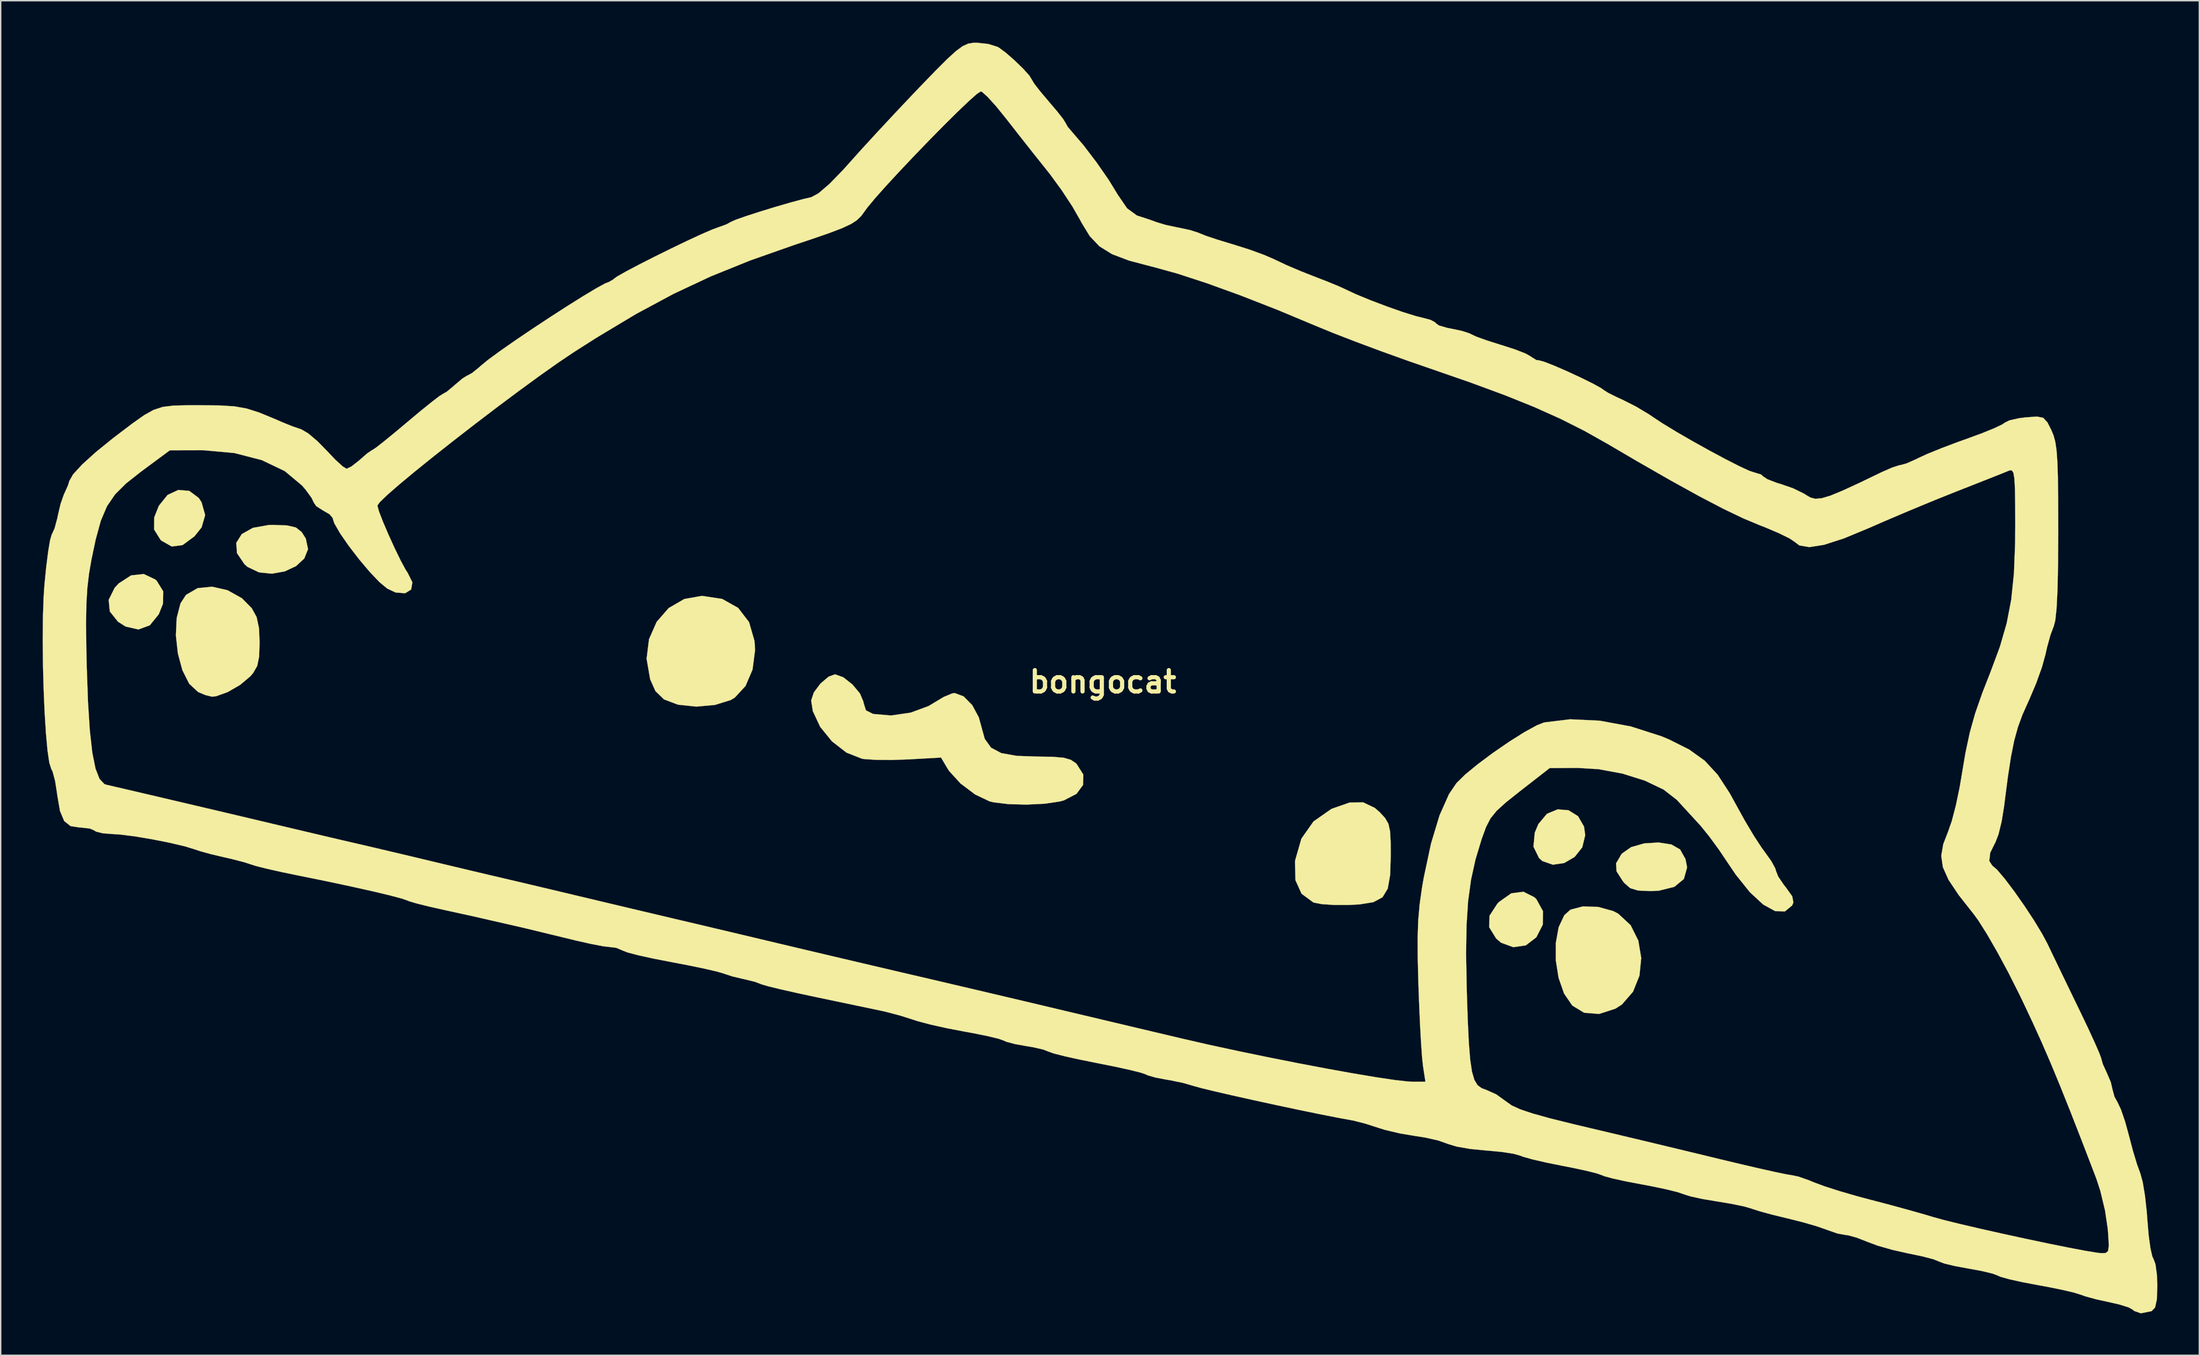
<source format=kicad_pcb>
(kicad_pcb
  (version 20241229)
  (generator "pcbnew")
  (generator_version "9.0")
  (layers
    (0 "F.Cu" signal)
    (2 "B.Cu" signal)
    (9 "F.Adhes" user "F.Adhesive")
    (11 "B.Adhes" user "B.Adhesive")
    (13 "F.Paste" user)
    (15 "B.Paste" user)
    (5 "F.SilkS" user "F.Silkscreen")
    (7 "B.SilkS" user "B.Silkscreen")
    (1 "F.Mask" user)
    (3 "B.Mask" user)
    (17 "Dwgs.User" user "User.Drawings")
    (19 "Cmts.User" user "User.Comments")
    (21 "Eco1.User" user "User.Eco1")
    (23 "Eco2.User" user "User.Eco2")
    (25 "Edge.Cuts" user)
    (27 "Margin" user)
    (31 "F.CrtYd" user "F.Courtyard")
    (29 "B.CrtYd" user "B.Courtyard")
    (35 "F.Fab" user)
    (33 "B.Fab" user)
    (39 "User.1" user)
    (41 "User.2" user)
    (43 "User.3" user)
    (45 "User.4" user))
  (footprint "bongocat"
    (layer "F.Cu")
    (at 75.804 45.725)
    (property "Reference" "bongocat" (at 0 0 0) (layer "F.SilkS") (effects (font (size 1.524 1.524) (thickness 0.3))))
    (attr through_hole)
    (fp_poly (pts (xy -67.756 -7.322) (xy -67.644 -7.219) (xy -67.183 -6.472) (xy -67.199 -5.587) (xy -67.501 -4.832) (xy -68.141 -4.042) (xy -68.952 -3.744) (xy -69.87 -3.95) (xy -70.416 -4.297) (xy -71.003 -5.031) (xy -71.084 -5.862) (xy -70.659 -6.721) (xy -70.37 -7.035) (xy -69.478 -7.613) (xy -68.574 -7.711) (xy -67.756 -7.322)) (stroke (width 0.01) (type solid)) (fill yes) (layer "F.SilkS"))
    (fp_poly (pts (xy -65.321 -13.658) (xy -64.644 -13.153) (xy -64.442 -12.845) (xy -64.184 -11.925) (xy -64.44 -11.045) (xy -64.95 -10.407) (xy -65.797 -9.781) (xy -66.576 -9.679) (xy -67.314 -10.099) (xy -67.377 -10.16) (xy -67.834 -10.891) (xy -67.828 -11.757) (xy -67.498 -12.591) (xy -66.876 -13.366) (xy -66.107 -13.725) (xy -65.321 -13.658)) (stroke (width 0.01) (type solid)) (fill yes) (layer "F.SilkS"))
    (fp_poly (pts (xy 30.857 15.413) (xy 31.004 15.558) (xy 31.473 16.414) (xy 31.457 17.376) (xy 30.995 18.279) (xy 30.243 18.855) (xy 29.349 18.986) (xy 28.474 18.666) (xy 28.12 18.364) (xy 27.622 17.553) (xy 27.652 16.727) (xy 28.213 15.866) (xy 28.32 15.754) (xy 29.204 15.131) (xy 30.067 15.016) (xy 30.857 15.413)) (stroke (width 0.01) (type solid)) (fill yes) (layer "F.SilkS"))
    (fp_poly (pts (xy 33.305 9.193) (xy 33.978 9.615) (xy 34.406 10.36) (xy 34.491 10.974) (xy 34.279 11.844) (xy 33.734 12.53) (xy 32.987 12.966) (xy 32.174 13.085) (xy 31.425 12.822) (xy 31.19 12.612) (xy 30.791 11.798) (xy 30.882 10.796) (xy 31.139 10.179) (xy 31.753 9.443) (xy 32.519 9.125) (xy 33.305 9.193)) (stroke (width 0.01) (type solid)) (fill yes) (layer "F.SilkS"))
    (fp_poly (pts (xy -58.327 -11.187) (xy -57.693 -11.038) (xy -57.281 -10.711) (xy -56.988 -10.242) (xy -56.829 -9.491) (xy -57.097 -8.821) (xy -57.688 -8.275) (xy -58.495 -7.898) (xy -59.412 -7.734) (xy -60.335 -7.827) (xy -61.157 -8.221) (xy -61.373 -8.41) (xy -61.911 -9.203) (xy -61.96 -9.943) (xy -61.566 -10.568) (xy -60.773 -11.014) (xy -59.628 -11.219) (xy -59.339 -11.225) (xy -58.327 -11.187)) (stroke (width 0.01) (type solid)) (fill yes) (layer "F.SilkS"))
    (fp_poly (pts (xy 40.648 11.636) (xy 41.276 11.995) (xy 41.66 12.681) (xy 41.776 13.277) (xy 41.545 14.107) (xy 40.866 14.667) (xy 39.762 14.944) (xy 39.159 14.973) (xy 38.267 14.932) (xy 37.709 14.764) (xy 37.289 14.397) (xy 37.184 14.268) (xy 36.732 13.561) (xy 36.695 12.989) (xy 37.067 12.354) (xy 37.124 12.282) (xy 37.769 11.829) (xy 38.699 11.562) (xy 39.723 11.494) (xy 40.648 11.636)) (stroke (width 0.01) (type solid)) (fill yes) (layer "F.SilkS"))
    (fp_poly (pts (xy 35.425 16.106) (xy 36.487 16.4) (xy 36.846 16.584) (xy 37.738 17.412) (xy 38.287 18.513) (xy 38.496 19.758) (xy 38.369 21.02) (xy 37.909 22.171) (xy 37.12 23.082) (xy 36.655 23.382) (xy 35.486 23.761) (xy 34.417 23.678) (xy 33.565 23.162) (xy 32.979 22.304) (xy 32.586 21.183) (xy 32.389 19.93) (xy 32.39 18.676) (xy 32.592 17.554) (xy 32.997 16.694) (xy 33.432 16.304) (xy 34.326 16.067) (xy 35.425 16.106)) (stroke (width 0.01) (type solid)) (fill yes) (layer "F.SilkS"))
    (fp_poly (pts (xy -27.213 -5.927) (xy -26.077 -5.288) (xy -25.295 -4.27) (xy -24.904 -2.913) (xy -24.866 -2.268) (xy -25.046 -0.873) (xy -25.549 0.301) (xy -26.317 1.132) (xy -26.613 1.308) (xy -27.738 1.656) (xy -29.075 1.775) (xy -30.345 1.641) (xy -30.412 1.625) (xy -31.38 1.258) (xy -31.99 0.665) (xy -32.369 -0.186) (xy -32.622 -1.652) (xy -32.449 -3.048) (xy -31.905 -4.285) (xy -31.045 -5.274) (xy -29.925 -5.924) (xy -28.662 -6.148) (xy -27.213 -5.927)) (stroke (width 0.01) (type solid)) (fill yes) (layer "F.SilkS"))
    (fp_poly (pts (xy -62.584 -6.552) (xy -61.555 -5.976) (xy -60.85 -5.261) (xy -60.505 -4.632) (xy -60.333 -3.824) (xy -60.292 -2.809) (xy -60.326 -1.801) (xy -60.462 -1.137) (xy -60.754 -0.629) (xy -60.96 -0.388) (xy -61.688 0.224) (xy -62.575 0.736) (xy -63.403 1.033) (xy -63.692 1.066) (xy -64.175 0.948) (xy -64.696 0.727) (xy -65.327 0.138) (xy -65.813 -0.828) (xy -66.136 -2.027) (xy -66.278 -3.319) (xy -66.222 -4.559) (xy -65.95 -5.606) (xy -65.558 -6.216) (xy -64.724 -6.7) (xy -63.687 -6.803) (xy -62.584 -6.552)) (stroke (width 0.01) (type solid)) (fill yes) (layer "F.SilkS"))
    (fp_poly (pts (xy 19.449 9.023) (xy 19.806 9.337) (xy 20.189 9.754) (xy 20.42 10.161) (xy 20.539 10.704) (xy 20.582 11.529) (xy 20.587 12.382) (xy 20.545 13.81) (xy 20.372 14.793) (xy 19.996 15.415) (xy 19.346 15.764) (xy 18.351 15.925) (xy 17.608 15.965) (xy 16.554 15.967) (xy 15.645 15.905) (xy 15.071 15.793) (xy 15.055 15.786) (xy 14.211 15.165) (xy 13.772 14.196) (xy 13.739 12.88) (xy 13.753 12.764) (xy 14.197 11.221) (xy 15.062 9.99) (xy 16.32 9.11) (xy 16.412 9.067) (xy 17.635 8.641) (xy 18.611 8.623) (xy 19.449 9.023)) (stroke (width 0.01) (type solid)) (fill yes) (layer "F.SilkS"))
    (fp_poly (pts (xy -18.559 -0.325) (xy -17.907 0.189) (xy -17.367 0.833) (xy -17.114 1.434) (xy -17.112 1.489) (xy -16.938 2.042) (xy -16.429 2.3) (xy -15.151 2.41) (xy -13.744 2.207) (xy -12.471 1.739) (xy -12.089 1.51) (xy -11.374 1.081) (xy -10.769 0.83) (xy -10.601 0.802) (xy -9.954 1.043) (xy -9.338 1.669) (xy -8.869 2.539) (xy -8.697 3.164) (xy -8.444 4.081) (xy -7.993 4.712) (xy -7.261 5.102) (xy -6.164 5.298) (xy -4.777 5.347) (xy -3.587 5.365) (xy -2.803 5.433) (xy -2.297 5.576) (xy -1.939 5.817) (xy -1.872 5.882) (xy -1.394 6.638) (xy -1.411 7.377) (xy -1.886 8.019) (xy -2.782 8.482) (xy -3.082 8.564) (xy -4.155 8.722) (xy -5.447 8.785) (xy -6.737 8.752) (xy -7.806 8.624) (xy -8.105 8.551) (xy -9.136 8.059) (xy -10.175 7.275) (xy -10.988 6.384) (xy -11.119 6.181) (xy -11.57 5.419) (xy -13.91 5.552) (xy -15.111 5.593) (xy -16.228 5.584) (xy -17.064 5.527) (xy -17.221 5.503) (xy -18.331 5.066) (xy -19.367 4.262) (xy -20.208 3.228) (xy -20.736 2.102) (xy -20.855 1.333) (xy -20.66 0.753) (xy -20.188 0.125) (xy -19.611 -0.366) (xy -19.15 -0.535) (xy -18.559 -0.325)) (stroke (width 0.01) (type solid)) (fill yes) (layer "F.SilkS"))
    (fp_poly (pts (xy -8.2 -45.632) (xy -7.515 -45.418) (xy -7.456 -45.386) (xy -6.947 -45.013) (xy -6.322 -44.466) (xy -5.713 -43.876) (xy -5.255 -43.37) (xy -5.08 -43.082) (xy -4.916 -42.805) (xy -4.487 -42.251) (xy -3.885 -41.538) (xy -3.877 -41.528) (xy -3.274 -40.817) (xy -2.842 -40.268) (xy -2.674 -39.997) (xy -2.674 -39.995) (xy -2.51 -39.703) (xy -2.206 -39.344) (xy -1.378 -38.379) (xy -0.449 -37.159) (xy 0.425 -35.898) (xy 1.07 -34.843) (xy 1.733 -33.874) (xy 2.421 -33.368) (xy 2.56 -33.319) (xy 3.321 -33.072) (xy 3.877 -32.87) (xy 4.496 -32.685) (xy 5.318 -32.509) (xy 5.447 -32.486) (xy 6.237 -32.317) (xy 6.848 -32.12) (xy 6.918 -32.087) (xy 7.375 -31.905) (xy 8.186 -31.634) (xy 9.188 -31.328) (xy 9.358 -31.278) (xy 10.481 -30.923) (xy 11.538 -30.537) (xy 12.308 -30.202) (xy 12.338 -30.186) (xy 13.108 -29.821) (xy 14.142 -29.38) (xy 15.079 -29.01) (xy 16.035 -28.64) (xy 16.839 -28.31) (xy 17.312 -28.094) (xy 18.078 -27.734) (xy 19.142 -27.296) (xy 20.333 -26.844) (xy 21.479 -26.442) (xy 22.409 -26.154) (xy 22.793 -26.061) (xy 23.436 -25.892) (xy 23.778 -25.704) (xy 23.796 -25.661) (xy 24.033 -25.492) (xy 24.628 -25.318) (xy 24.932 -25.26) (xy 25.698 -25.097) (xy 26.242 -24.917) (xy 26.336 -24.863) (xy 26.709 -24.689) (xy 27.447 -24.425) (xy 28.399 -24.122) (xy 28.531 -24.083) (xy 29.482 -23.775) (xy 30.219 -23.487) (xy 30.601 -23.274) (xy 30.619 -23.253) (xy 30.998 -23.02) (xy 31.198 -22.994) (xy 31.596 -22.883) (xy 32.324 -22.595) (xy 33.237 -22.197) (xy 34.19 -21.754) (xy 35.038 -21.335) (xy 35.636 -21.005) (xy 35.827 -20.865) (xy 36.133 -20.672) (xy 36.756 -20.361) (xy 37.14 -20.186) (xy 38.109 -19.698) (xy 39.063 -19.126) (xy 39.279 -18.978) (xy 40.017 -18.489) (xy 41.011 -17.885) (xy 42.158 -17.221) (xy 43.356 -16.553) (xy 44.502 -15.939) (xy 45.493 -15.433) (xy 46.228 -15.092) (xy 46.597 -14.973) (xy 47.067 -14.83) (xy 47.186 -14.713) (xy 47.525 -14.488) (xy 48.184 -14.234) (xy 48.469 -14.15) (xy 49.354 -13.843) (xy 50.13 -13.464) (xy 50.263 -13.378) (xy 50.592 -13.183) (xy 50.944 -13.093) (xy 51.395 -13.131) (xy 52.022 -13.318) (xy 52.898 -13.679) (xy 54.102 -14.234) (xy 55.705 -15.007) (xy 56.415 -15.319) (xy 56.946 -15.494) (xy 57.046 -15.507) (xy 57.47 -15.625) (xy 58.125 -15.915) (xy 58.29 -15.999) (xy 58.952 -16.303) (xy 59.955 -16.71) (xy 61.132 -17.155) (xy 61.762 -17.38) (xy 62.851 -17.78) (xy 63.744 -18.143) (xy 64.322 -18.419) (xy 64.474 -18.529) (xy 64.82 -18.703) (xy 65.513 -18.857) (xy 65.984 -18.917) (xy 66.784 -18.975) (xy 67.239 -18.886) (xy 67.539 -18.559) (xy 67.817 -18.012) (xy 67.979 -17.623) (xy 68.101 -17.169) (xy 68.19 -16.572) (xy 68.25 -15.759) (xy 68.287 -14.652) (xy 68.306 -13.178) (xy 68.312 -11.26) (xy 68.313 -10.802) (xy 68.3 -8.447) (xy 68.261 -6.606) (xy 68.194 -5.256) (xy 68.099 -4.378) (xy 67.994 -3.984) (xy 67.755 -3.343) (xy 67.506 -2.442) (xy 67.402 -1.968) (xy 67.148 -1.047) (xy 66.73 0.116) (xy 66.233 1.29) (xy 66.163 1.439) (xy 65.753 2.357) (xy 65.429 3.244) (xy 65.163 4.211) (xy 64.931 5.369) (xy 64.707 6.829) (xy 64.466 8.7) (xy 64.443 8.896) (xy 64.269 9.975) (xy 64.043 10.907) (xy 63.809 11.513) (xy 63.778 11.562) (xy 63.45 12.228) (xy 63.382 12.817) (xy 63.592 13.146) (xy 63.941 13.445) (xy 64.491 14.095) (xy 65.165 14.988) (xy 65.887 16.016) (xy 66.581 17.071) (xy 67.172 18.047) (xy 67.533 18.726) (xy 67.983 19.665) (xy 68.586 20.917) (xy 69.259 22.311) (xy 69.872 23.576) (xy 70.44 24.765) (xy 70.911 25.787) (xy 71.241 26.542) (xy 71.385 26.933) (xy 71.387 26.954) (xy 71.502 27.353) (xy 71.778 27.96) (xy 71.787 27.976) (xy 72.07 28.64) (xy 72.188 29.151) (xy 72.334 29.686) (xy 72.555 30.086) (xy 72.8 30.606) (xy 73.093 31.464) (xy 73.371 32.476) (xy 73.373 32.485) (xy 73.653 33.552) (xy 73.946 34.522) (xy 74.178 35.159) (xy 74.351 35.783) (xy 74.515 36.77) (xy 74.644 37.947) (xy 74.682 38.473) (xy 74.777 39.598) (xy 74.905 40.529) (xy 75.045 41.13) (xy 75.116 41.267) (xy 75.265 41.668) (xy 75.367 42.426) (xy 75.398 43.205) (xy 75.362 44.193) (xy 75.236 44.76) (xy 74.996 45.014) (xy 74.975 45.023) (xy 74.217 45.177) (xy 73.721 45.001) (xy 73.671 44.936) (xy 73.343 44.753) (xy 72.654 44.539) (xy 71.984 44.387) (xy 71.046 44.181) (xy 70.257 43.966) (xy 69.917 43.845) (xy 69.427 43.693) (xy 68.557 43.49) (xy 67.456 43.268) (xy 66.842 43.157) (xy 65.717 42.943) (xy 64.785 42.734) (xy 64.175 42.562) (xy 64.024 42.492) (xy 63.635 42.342) (xy 62.878 42.158) (xy 61.916 41.98) (xy 61.896 41.977) (xy 60.931 41.799) (xy 60.169 41.616) (xy 59.77 41.466) (xy 59.767 41.463) (xy 59.379 41.309) (xy 58.624 41.11) (xy 57.662 40.908) (xy 57.618 40.9) (xy 56.486 40.648) (xy 55.398 40.337) (xy 54.677 40.068) (xy 53.899 39.763) (xy 53.253 39.59) (xy 53.113 39.576) (xy 52.528 39.469) (xy 51.798 39.216) (xy 51.776 39.207) (xy 51.095 38.966) (xy 50.099 38.676) (xy 48.996 38.397) (xy 48.928 38.382) (xy 47.886 38.128) (xy 46.993 37.886) (xy 46.427 37.705) (xy 46.388 37.689) (xy 45.865 37.536) (xy 44.994 37.355) (xy 43.96 37.181) (xy 43.905 37.173) (xy 42.882 37.001) (xy 42.027 36.815) (xy 41.516 36.654) (xy 41.499 36.646) (xy 41.045 36.494) (xy 40.206 36.29) (xy 39.125 36.065) (xy 38.501 35.949) (xy 37.378 35.734) (xy 36.449 35.53) (xy 35.843 35.365) (xy 35.694 35.302) (xy 35.328 35.171) (xy 34.566 34.98) (xy 33.537 34.759) (xy 32.886 34.633) (xy 31.732 34.4) (xy 30.738 34.171) (xy 30.051 33.979) (xy 29.861 33.904) (xy 29.365 33.764) (xy 28.51 33.632) (xy 27.471 33.534) (xy 27.357 33.527) (xy 26.267 33.419) (xy 25.302 33.251) (xy 24.66 33.058) (xy 24.634 33.045) (xy 23.975 32.813) (xy 23.031 32.6) (xy 22.36 32.496) (xy 21.262 32.314) (xy 20.183 32.059) (xy 19.686 31.904) (xy 18.784 31.613) (xy 17.938 31.396) (xy 17.78 31.366) (xy 16.777 31.182) (xy 15.475 30.925) (xy 13.974 30.616) (xy 12.377 30.277) (xy 10.784 29.93) (xy 9.295 29.598) (xy 8.011 29.302) (xy 7.034 29.065) (xy 6.464 28.907) (xy 6.417 28.891) (xy 5.728 28.694) (xy 4.824 28.506) (xy 4.545 28.461) (xy 3.759 28.311) (xy 3.192 28.146) (xy 3.075 28.087) (xy 2.721 27.964) (xy 1.953 27.772) (xy 0.884 27.536) (xy -0.375 27.284) (xy -0.401 27.279) (xy -1.662 27.025) (xy -2.736 26.786) (xy -3.511 26.589) (xy -3.875 26.46) (xy -3.877 26.458) (xy -4.282 26.303) (xy -5.014 26.137) (xy -5.481 26.06) (xy -6.307 25.911) (xy -6.916 25.746) (xy -7.085 25.667) (xy -7.451 25.537) (xy -8.215 25.352) (xy -9.246 25.142) (xy -9.893 25.024) (xy -11.141 24.785) (xy -12.318 24.522) (xy -13.235 24.28) (xy -13.502 24.192) (xy -14.487 23.879) (xy -15.564 23.596) (xy -15.775 23.549) (xy -16.491 23.398) (xy -17.59 23.168) (xy -18.929 22.887) (xy -20.369 22.585) (xy -20.587 22.539) (xy -21.923 22.252) (xy -23.076 21.99) (xy -23.942 21.778) (xy -24.416 21.64) (xy -24.464 21.618) (xy -24.892 21.458) (xy -25.581 21.289) (xy -25.667 21.272) (xy -26.468 21.082) (xy -27.119 20.87) (xy -27.138 20.862) (xy -27.602 20.726) (xy -28.469 20.526) (xy -29.613 20.288) (xy -30.881 20.046) (xy -32.142 19.801) (xy -33.213 19.564) (xy -33.984 19.362) (xy -34.342 19.223) (xy -34.343 19.221) (xy -34.797 19.029) (xy -35.195 18.983) (xy -35.725 18.92) (xy -36.607 18.751) (xy -37.678 18.509) (xy -38.016 18.426) (xy -41.398 17.606) (xy -45.047 16.771) (xy -47.116 16.318) (xy -48.188 16.076) (xy -49.065 15.857) (xy -49.613 15.695) (xy -49.711 15.653) (xy -50.116 15.51) (xy -50.967 15.283) (xy -52.188 14.992) (xy -53.699 14.654) (xy -55.424 14.286) (xy -57.282 13.907) (xy -57.484 13.867) (xy -58.699 13.616) (xy -59.76 13.378) (xy -60.53 13.184) (xy -60.826 13.091) (xy -61.385 12.911) (xy -62.238 12.689) (xy -62.832 12.552) (xy -63.753 12.335) (xy -64.527 12.122) (xy -64.837 12.018) (xy -65.598 11.781) (xy -66.708 11.518) (xy -67.984 11.265) (xy -69.243 11.054) (xy -70.303 10.922) (xy -70.758 10.895) (xy -71.506 10.838) (xy -71.999 10.714) (xy -72.082 10.652) (xy -72.419 10.5) (xy -73.054 10.428) (xy -73.132 10.427) (xy -73.807 10.325) (xy -74.265 9.959) (xy -74.565 9.242) (xy -74.763 8.088) (xy -74.78 7.947) (xy -74.915 7.09) (xy -75.088 6.436) (xy -75.188 6.23) (xy -75.328 5.794) (xy -75.457 4.913) (xy -75.569 3.679) (xy -75.663 2.182) (xy -75.735 0.513) (xy -75.782 -1.239) (xy -75.799 -2.981) (xy -75.788 -4.228) (xy -72.7 -4.228) (xy -72.684 -2.526) (xy -72.652 -1.09) (xy -72.562 1.451) (xy -72.431 3.491) (xy -72.255 5.065) (xy -72.026 6.204) (xy -71.74 6.943) (xy -71.391 7.314) (xy -71.263 7.361) (xy -70.722 7.486) (xy -69.769 7.708) (xy -68.515 8.001) (xy -67.069 8.34) (xy -65.541 8.699) (xy -64.041 9.052) (xy -62.677 9.373) (xy -61.562 9.637) (xy -59.403 10.149) (xy -57.688 10.555) (xy -56.341 10.873) (xy -55.285 11.122) (xy -54.443 11.319) (xy -53.739 11.483) (xy -53.097 11.631) (xy -53.073 11.637) (xy -52.182 11.844) (xy -50.936 12.138) (xy -49.496 12.479) (xy -48.028 12.83) (xy -47.993 12.839) (xy -46.526 13.189) (xy -45.084 13.532) (xy -43.83 13.828) (xy -42.929 14.039) (xy -42.913 14.043) (xy -42.058 14.243) (xy -40.831 14.533) (xy -39.378 14.877) (xy -37.847 15.242) (xy -37.432 15.341) (xy -35.735 15.745) (xy -33.912 16.178) (xy -32.172 16.59) (xy -30.724 16.932) (xy -30.614 16.958) (xy -29.285 17.271) (xy -27.615 17.666) (xy -25.784 18.1) (xy -23.97 18.531) (xy -23.261 18.7) (xy -21.479 19.123) (xy -19.373 19.62) (xy -17.14 20.146) (xy -14.976 20.653) (xy -13.636 20.966) (xy -11.632 21.434) (xy -9.424 21.952) (xy -7.21 22.473) (xy -5.185 22.951) (xy -4.011 23.23) (xy -2.23 23.653) (xy -0.125 24.152) (xy 2.107 24.682) (xy 4.271 25.194) (xy 5.615 25.512) (xy 7.541 25.954) (xy 9.624 26.405) (xy 11.783 26.852) (xy 13.938 27.28) (xy 16.009 27.673) (xy 17.915 28.016) (xy 19.577 28.295) (xy 20.914 28.493) (xy 21.845 28.597) (xy 22.111 28.608) (xy 23.064 28.608) (xy 22.89 27.472) (xy 22.823 26.828) (xy 22.749 25.764) (xy 22.675 24.397) (xy 22.607 22.842) (xy 22.565 21.657) (xy 22.515 19.771) (xy 22.509 18.279) (xy 22.553 17.038) (xy 22.653 15.908) (xy 22.818 14.749) (xy 22.94 14.037) (xy 23.467 11.564) (xy 24.075 9.552) (xy 24.755 8.026) (xy 25.281 7.251) (xy 25.898 6.642) (xy 26.813 5.89) (xy 27.905 5.076) (xy 29.054 4.286) (xy 30.137 3.603) (xy 31.033 3.111) (xy 31.549 2.908) (xy 33.412 2.681) (xy 35.529 2.782) (xy 37.755 3.194) (xy 39.939 3.895) (xy 40.497 4.129) (xy 41.923 4.846) (xy 43.034 5.643) (xy 43.96 6.646) (xy 44.829 7.98) (xy 45.254 8.756) (xy 45.891 9.91) (xy 46.541 11.003) (xy 47.105 11.868) (xy 47.321 12.161) (xy 47.796 12.826) (xy 48.085 13.359) (xy 48.126 13.518) (xy 48.287 13.926) (xy 48.689 14.523) (xy 48.842 14.713) (xy 49.292 15.344) (xy 49.375 15.787) (xy 49.283 16.004) (xy 48.761 16.432) (xy 48.057 16.399) (xy 47.211 15.931) (xy 46.263 15.052) (xy 45.251 13.79) (xy 44.745 13.04) (xy 44.058 12.02) (xy 43.346 11.046) (xy 42.754 10.314) (xy 42.703 10.258) (xy 41.964 9.451) (xy 41.203 8.622) (xy 41.041 8.446) (xy 40.093 7.71) (xy 38.751 7.069) (xy 37.155 6.568) (xy 35.444 6.251) (xy 33.955 6.161) (xy 31.951 6.172) (xy 29.812 7.838) (xy 28.821 8.627) (xy 28.158 9.228) (xy 27.719 9.771) (xy 27.402 10.386) (xy 27.103 11.202) (xy 27.077 11.279) (xy 26.644 12.717) (xy 26.328 14.152) (xy 26.117 15.691) (xy 26.003 17.439) (xy 25.973 19.504) (xy 26.019 21.99) (xy 26.021 22.058) (xy 26.09 24.16) (xy 26.167 25.79) (xy 26.264 27.012) (xy 26.393 27.888) (xy 26.566 28.482) (xy 26.795 28.857) (xy 27.092 29.076) (xy 27.385 29.18) (xy 28.127 29.513) (xy 28.843 30.028) (xy 28.848 30.032) (xy 29.237 30.308) (xy 29.844 30.585) (xy 30.741 30.886) (xy 31.997 31.234) (xy 33.684 31.653) (xy 34.357 31.812) (xy 36.375 32.29) (xy 38.677 32.838) (xy 41.029 33.402) (xy 43.197 33.925) (xy 43.994 34.119) (xy 45.548 34.491) (xy 46.94 34.815) (xy 48.081 35.07) (xy 48.88 35.236) (xy 49.241 35.293) (xy 49.728 35.395) (xy 50.472 35.654) (xy 50.833 35.804) (xy 51.595 36.088) (xy 52.704 36.443) (xy 53.985 36.814) (xy 54.811 37.033) (xy 56.2 37.398) (xy 57.614 37.784) (xy 58.84 38.132) (xy 59.356 38.287) (xy 60.153 38.507) (xy 61.317 38.794) (xy 62.743 39.127) (xy 64.33 39.483) (xy 65.974 39.841) (xy 67.572 40.178) (xy 69.021 40.471) (xy 70.219 40.699) (xy 71.062 40.839) (xy 71.359 40.873) (xy 71.695 40.867) (xy 71.874 40.727) (xy 71.928 40.338) (xy 71.888 39.583) (xy 71.847 39.088) (xy 71.654 37.803) (xy 71.318 36.407) (xy 71.037 35.546) (xy 70.036 32.938) (xy 69.181 30.746) (xy 68.435 28.881) (xy 67.763 27.257) (xy 67.126 25.786) (xy 66.489 24.38) (xy 65.816 22.953) (xy 65.513 22.325) (xy 64.749 20.808) (xy 63.964 19.349) (xy 63.225 18.065) (xy 62.597 17.07) (xy 62.265 16.616) (xy 61.192 15.252) (xy 60.468 14.167) (xy 60.064 13.264) (xy 59.947 12.446) (xy 60.089 11.615) (xy 60.43 10.736) (xy 60.701 9.958) (xy 60.994 8.835) (xy 61.262 7.549) (xy 61.379 6.859) (xy 61.678 5.083) (xy 61.991 3.617) (xy 62.373 2.256) (xy 62.883 0.796) (xy 63.473 -0.713) (xy 64.14 -2.507) (xy 64.624 -4.179) (xy 64.951 -5.875) (xy 65.144 -7.739) (xy 65.229 -9.917) (xy 65.238 -11.142) (xy 65.234 -12.714) (xy 65.216 -13.825) (xy 65.176 -14.548) (xy 65.105 -14.956) (xy 64.994 -15.123) (xy 64.835 -15.122) (xy 64.77 -15.097) (xy 64.351 -14.927) (xy 63.546 -14.607) (xy 62.467 -14.18) (xy 61.225 -13.692) (xy 61.094 -13.641) (xy 59.465 -12.988) (xy 57.627 -12.227) (xy 55.844 -11.468) (xy 54.787 -11.005) (xy 52.971 -10.252) (xy 51.558 -9.798) (xy 50.513 -9.635) (xy 49.799 -9.757) (xy 49.491 -9.993) (xy 49.113 -10.25) (xy 48.366 -10.619) (xy 47.388 -11.036) (xy 46.985 -11.192) (xy 45.806 -11.685) (xy 44.373 -12.372) (xy 42.646 -13.274) (xy 40.585 -14.413) (xy 38.149 -15.81) (xy 36.095 -17.016) (xy 34.442 -17.947) (xy 32.725 -18.813) (xy 30.851 -19.654) (xy 28.727 -20.51) (xy 26.259 -21.42) (xy 23.662 -22.321) (xy 21.81 -22.963) (xy 19.896 -23.652) (xy 18.064 -24.335) (xy 16.456 -24.958) (xy 15.24 -25.457) (xy 12.483 -26.609) (xy 9.853 -27.638) (xy 7.436 -28.514) (xy 5.318 -29.206) (xy 3.585 -29.684) (xy 3.514 -29.7) (xy 1.871 -30.133) (xy 0.653 -30.595) (xy -0.248 -31.157) (xy -0.94 -31.888) (xy -1.531 -32.858) (xy -1.602 -32.997) (xy -2.173 -33.996) (xy -2.947 -35.174) (xy -3.777 -36.311) (xy -3.951 -36.531) (xy -4.887 -37.705) (xy -5.929 -39.025) (xy -6.866 -40.225) (xy -6.952 -40.334) (xy -7.637 -41.178) (xy -8.226 -41.831) (xy -8.629 -42.194) (xy -8.725 -42.238) (xy -9.006 -42.054) (xy -9.581 -41.544) (xy -10.385 -40.777) (xy -11.351 -39.82) (xy -12.412 -38.741) (xy -13.503 -37.61) (xy -14.558 -36.494) (xy -15.509 -35.463) (xy -16.291 -34.584) (xy -16.838 -33.925) (xy -17.004 -33.697) (xy -17.269 -33.332) (xy -17.576 -33.029) (xy -18.006 -32.749) (xy -18.64 -32.453) (xy -19.56 -32.102) (xy -20.846 -31.657) (xy -22.129 -31.228) (xy -25.218 -30.14) (xy -28.023 -29.006) (xy -30.691 -27.755) (xy -33.37 -26.315) (xy -36.207 -24.613) (xy -37.833 -23.577) (xy -38.938 -22.832) (xy -40.251 -21.904) (xy -41.712 -20.837) (xy -43.264 -19.678) (xy -44.847 -18.472) (xy -46.403 -17.266) (xy -47.872 -16.106) (xy -49.196 -15.037) (xy -50.316 -14.106) (xy -51.174 -13.357) (xy -51.71 -12.838) (xy -51.869 -12.608) (xy -51.76 -12.199) (xy -51.473 -11.456) (xy -51.073 -10.522) (xy -50.625 -9.539) (xy -50.193 -8.652) (xy -49.841 -8.002) (xy -49.709 -7.803) (xy -49.367 -7.114) (xy -49.457 -6.6) (xy -49.888 -6.334) (xy -50.567 -6.388) (xy -51.164 -6.668) (xy -51.723 -7.131) (xy -52.428 -7.872) (xy -53.193 -8.78) (xy -53.927 -9.738) (xy -54.545 -10.633) (xy -54.956 -11.35) (xy -55.078 -11.733) (xy -55.293 -11.987) (xy -55.746 -12.25) (xy -56.238 -12.56) (xy -56.415 -12.819) (xy -56.578 -13.161) (xy -56.993 -13.728) (xy -57.256 -14.04) (xy -58.495 -15.075) (xy -60.138 -15.86) (xy -62.1 -16.366) (xy -64.299 -16.565) (xy -64.569 -16.566) (xy -66.708 -16.561) (xy -68.773 -15.032) (xy -69.835 -14.194) (xy -70.623 -13.411) (xy -71.203 -12.562) (xy -71.644 -11.525) (xy -72.013 -10.18) (xy -72.321 -8.71) (xy -72.492 -7.715) (xy -72.609 -6.711) (xy -72.677 -5.586) (xy -72.7 -4.228) (xy -75.788 -4.228) (xy -75.785 -4.624) (xy -75.734 -6.077) (xy -75.68 -6.89) (xy -75.552 -8.191) (xy -75.412 -9.305) (xy -75.276 -10.121) (xy -75.16 -10.525) (xy -75.152 -10.537) (xy -74.953 -10.973) (xy -74.759 -11.693) (xy -74.718 -11.898) (xy -74.522 -12.73) (xy -74.284 -13.411) (xy -74.239 -13.502) (xy -73.983 -14.076) (xy -73.898 -14.367) (xy -73.628 -14.842) (xy -72.973 -15.553) (xy -71.995 -16.439) (xy -70.754 -17.443) (xy -70.543 -17.604) (xy -69.401 -18.471) (xy -68.555 -19.07) (xy -67.871 -19.453) (xy -67.215 -19.666) (xy -66.45 -19.76) (xy -65.444 -19.784) (xy -64.535 -19.784) (xy -63.142 -19.771) (xy -62.099 -19.706) (xy -61.223 -19.551) (xy -60.329 -19.267) (xy -59.233 -18.817) (xy -58.687 -18.578) (xy -57.923 -18.269) (xy -57.296 -18.054) (xy -56.816 -17.773) (xy -56.149 -17.208) (xy -55.517 -16.563) (xy -54.876 -15.89) (xy -54.355 -15.413) (xy -54.073 -15.24) (xy -53.725 -15.407) (xy -53.198 -15.818) (xy -53.098 -15.908) (xy -52.591 -16.346) (xy -52.264 -16.569) (xy -52.235 -16.577) (xy -51.988 -16.74) (xy -51.421 -17.182) (xy -50.62 -17.836) (xy -49.731 -18.582) (xy -48.786 -19.372) (xy -47.991 -20.015) (xy -47.432 -20.443) (xy -47.2 -20.587) (xy -46.913 -20.752) (xy -46.419 -21.159) (xy -46.313 -21.256) (xy -45.792 -21.695) (xy -45.437 -21.917) (xy -45.402 -21.924) (xy -45.101 -22.09) (xy -44.595 -22.501) (xy -44.464 -22.621) (xy -43.935 -23.052) (xy -43.093 -23.669) (xy -42.023 -24.416) (xy -40.81 -25.236) (xy -39.539 -26.076) (xy -38.295 -26.878) (xy -37.164 -27.588) (xy -36.229 -28.149) (xy -35.577 -28.506) (xy -35.31 -28.608) (xy -34.991 -28.792) (xy -34.981 -28.813) (xy -34.718 -29.003) (xy -34.072 -29.367) (xy -33.148 -29.855) (xy -32.047 -30.414) (xy -30.872 -30.995) (xy -29.726 -31.546) (xy -28.712 -32.016) (xy -27.934 -32.354) (xy -27.539 -32.499) (xy -26.926 -32.719) (xy -26.603 -32.896) (xy -26.246 -33.056) (xy -25.508 -33.316) (xy -24.521 -33.635) (xy -23.418 -33.973) (xy -22.335 -34.288) (xy -21.404 -34.539) (xy -20.846 -34.668) (xy -20.327 -34.95) (xy -19.554 -35.615) (xy -18.584 -36.61) (xy -18.172 -37.069) (xy -17.251 -38.096) (xy -16.084 -39.368) (xy -14.802 -40.744) (xy -13.533 -42.087) (xy -13.112 -42.528) (xy -11.967 -43.713) (xy -11.117 -44.562) (xy -10.49 -45.132) (xy -10.018 -45.477) (xy -9.627 -45.653) (xy -9.249 -45.715) (xy -9.031 -45.72) (xy -8.2 -45.632)) (stroke (width 0.01) (type solid)) (fill yes) (layer "F.SilkS")))
  (gr_rect
    (start -3 -3)
    (end 154.207 93.907)
    (stroke (width 0.1) (type default))
    (fill no)
    (layer "Edge.Cuts")))
</source>
